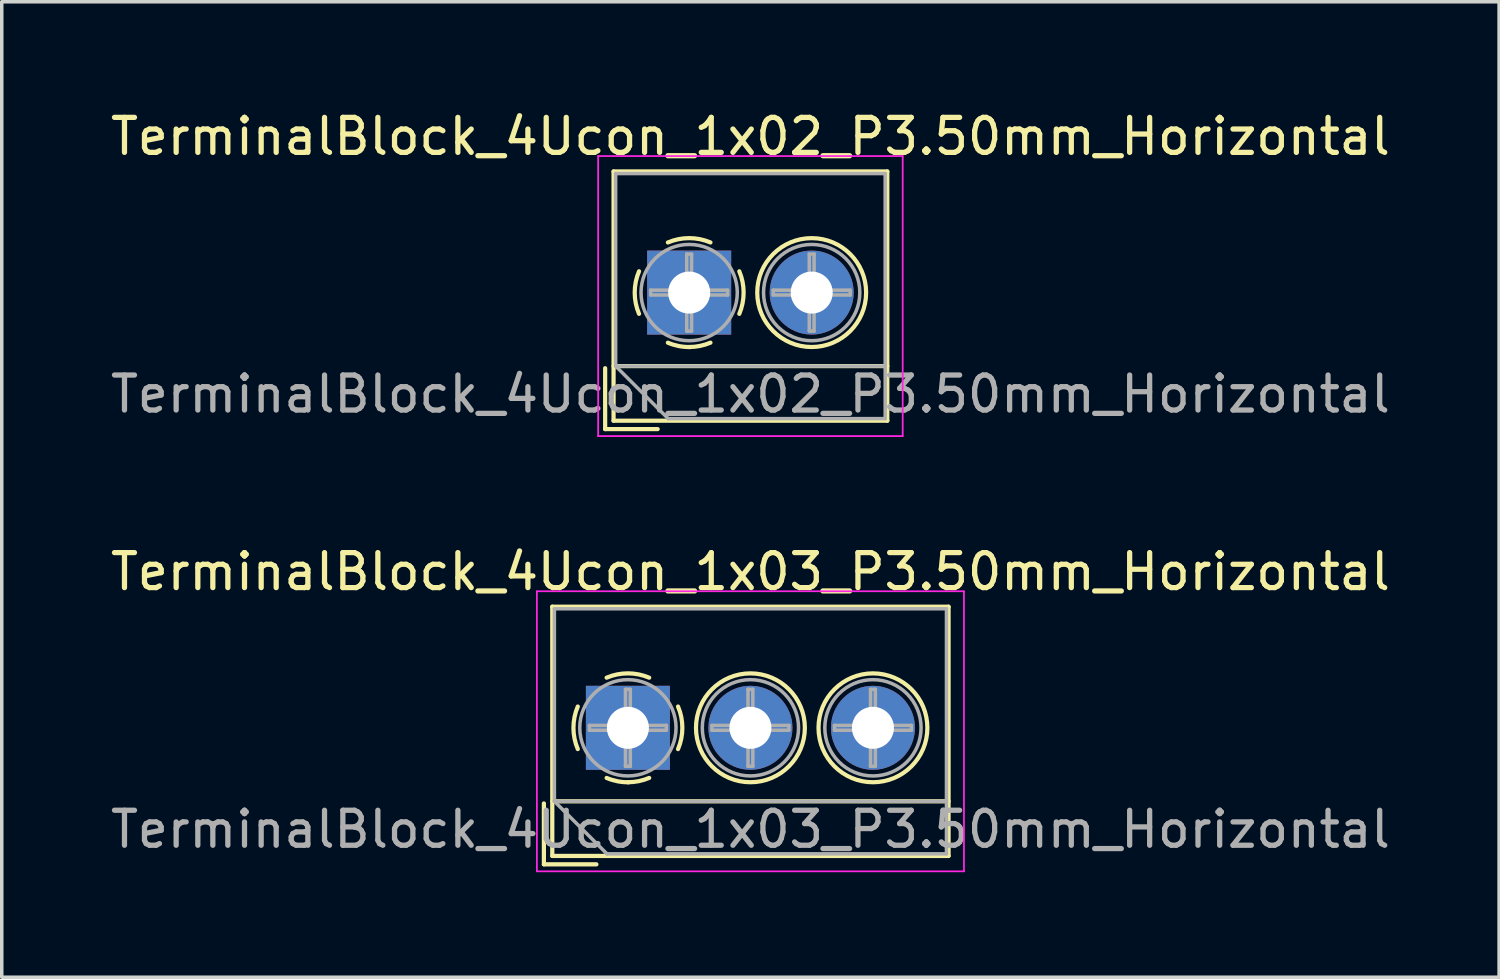
<source format=kicad_pcb>
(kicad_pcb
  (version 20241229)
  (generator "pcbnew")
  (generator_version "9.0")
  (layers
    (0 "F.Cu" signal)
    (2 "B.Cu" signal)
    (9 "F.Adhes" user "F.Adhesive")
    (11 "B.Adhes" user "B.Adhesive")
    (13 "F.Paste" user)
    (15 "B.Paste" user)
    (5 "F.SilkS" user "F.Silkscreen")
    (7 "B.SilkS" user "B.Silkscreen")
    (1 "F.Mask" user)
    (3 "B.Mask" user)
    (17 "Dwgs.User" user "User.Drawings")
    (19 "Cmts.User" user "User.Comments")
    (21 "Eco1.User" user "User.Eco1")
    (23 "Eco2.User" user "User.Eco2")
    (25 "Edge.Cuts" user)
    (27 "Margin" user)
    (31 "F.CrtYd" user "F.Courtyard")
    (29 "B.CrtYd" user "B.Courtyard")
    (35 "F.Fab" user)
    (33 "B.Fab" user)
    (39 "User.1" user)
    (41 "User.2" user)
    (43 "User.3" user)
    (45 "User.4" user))
  (footprint "TerminalBlock_4Ucon_1x03_P3.50mm_Horizontal"
    (layer "F.Cu")
    (at 14.887 17.741)
    (property "Reference" "TerminalBlock_4Ucon_1x03_P3.50mm_Horizontal" (at 3.5 -4.46 0) (layer "F.SilkS") (effects (font (size 1 1) (thickness 0.15))))
    (attr through_hole)
    (fp_line (start -2.4 2.16) (end -2.4 3.9) (stroke (width 0.12) (type solid)) (layer "F.SilkS"))
    (fp_line (start -2.4 3.9) (end -0.9 3.9) (stroke (width 0.12) (type solid)) (layer "F.SilkS"))
    (fp_line (start -2.16 -3.46) (end -2.16 3.66) (stroke (width 0.12) (type solid)) (layer "F.SilkS"))
    (fp_line (start -2.16 -3.46) (end 9.16 -3.46) (stroke (width 0.12) (type solid)) (layer "F.SilkS"))
    (fp_line (start -2.16 2.1) (end 9.16 2.1) (stroke (width 0.12) (type solid)) (layer "F.SilkS"))
    (fp_line (start -2.16 3.66) (end 9.16 3.66) (stroke (width 0.12) (type solid)) (layer "F.SilkS"))
    (fp_line (start 9.16 -3.46) (end 9.16 3.66) (stroke (width 0.12) (type solid)) (layer "F.SilkS"))
    (fp_arc (start -1.432109 0.607742) (mid -1.555727 -0.00014) (end -1.432 -0.608) (stroke (width 0.12) (type solid)) (layer "F.SilkS"))
    (fp_arc (start -0.607742 -1.432109) (mid 0.00014 -1.555727) (end 0.608 -1.432) (stroke (width 0.12) (type solid)) (layer "F.SilkS"))
    (fp_arc (start 0.027011 1.555493) (mid -0.296984 1.527118) (end -0.608 1.432) (stroke (width 0.12) (type solid)) (layer "F.SilkS"))
    (fp_arc (start 0.607587 1.431385) (mid 0.310017 1.523783) (end 0 1.555) (stroke (width 0.12) (type solid)) (layer "F.SilkS"))
    (fp_arc (start 1.432109 -0.607742) (mid 1.555727 0.00014) (end 1.432 0.608) (stroke (width 0.12) (type solid)) (layer "F.SilkS"))
    (fp_circle (center 3.5 0) (end 5.055 0) (stroke (width 0.12) (type solid)) (fill no) (layer "F.SilkS"))
    (fp_circle (center 7 0) (end 8.555 0) (stroke (width 0.12) (type solid)) (fill no) (layer "F.SilkS"))
    (fp_line (start -2.6 -3.9) (end -2.6 4.1) (stroke (width 0.05) (type solid)) (layer "F.CrtYd"))
    (fp_line (start -2.6 4.1) (end 9.6 4.1) (stroke (width 0.05) (type solid)) (layer "F.CrtYd"))
    (fp_line (start 9.6 -3.9) (end -2.6 -3.9) (stroke (width 0.05) (type solid)) (layer "F.CrtYd"))
    (fp_line (start 9.6 4.1) (end 9.6 -3.9) (stroke (width 0.05) (type solid)) (layer "F.CrtYd"))
    (fp_line (start -2.1 -3.4) (end 9.1 -3.4) (stroke (width 0.1) (type solid)) (layer "F.Fab"))
    (fp_line (start -2.1 2.1) (end -2.1 -3.4) (stroke (width 0.1) (type solid)) (layer "F.Fab"))
    (fp_line (start -2.1 2.1) (end 9.1 2.1) (stroke (width 0.1) (type solid)) (layer "F.Fab"))
    (fp_line (start -1.1 -0.069) (end -0.069 -0.069) (stroke (width 0.1) (type solid)) (layer "F.Fab"))
    (fp_line (start -1.1 0.069) (end -1.1 -0.069) (stroke (width 0.1) (type solid)) (layer "F.Fab"))
    (fp_line (start -0.6 3.6) (end -2.1 2.1) (stroke (width 0.1) (type solid)) (layer "F.Fab"))
    (fp_line (start -0.069 -1.1) (end 0.069 -1.1) (stroke (width 0.1) (type solid)) (layer "F.Fab"))
    (fp_line (start -0.069 -0.069) (end -0.069 -1.1) (stroke (width 0.1) (type solid)) (layer "F.Fab"))
    (fp_line (start -0.069 0.069) (end -1.1 0.069) (stroke (width 0.1) (type solid)) (layer "F.Fab"))
    (fp_line (start -0.069 1.1) (end -0.069 0.069) (stroke (width 0.1) (type solid)) (layer "F.Fab"))
    (fp_line (start 0.069 -1.1) (end 0.069 -0.069) (stroke (width 0.1) (type solid)) (layer "F.Fab"))
    (fp_line (start 0.069 -0.069) (end 1.1 -0.069) (stroke (width 0.1) (type solid)) (layer "F.Fab"))
    (fp_line (start 0.069 0.069) (end 0.069 1.1) (stroke (width 0.1) (type solid)) (layer "F.Fab"))
    (fp_line (start 0.069 1.1) (end -0.069 1.1) (stroke (width 0.1) (type solid)) (layer "F.Fab"))
    (fp_line (start 1.1 -0.069) (end 1.1 0.069) (stroke (width 0.1) (type solid)) (layer "F.Fab"))
    (fp_line (start 1.1 0.069) (end 0.069 0.069) (stroke (width 0.1) (type solid)) (layer "F.Fab"))
    (fp_line (start 2.4 -0.069) (end 3.431 -0.069) (stroke (width 0.1) (type solid)) (layer "F.Fab"))
    (fp_line (start 2.4 0.069) (end 2.4 -0.069) (stroke (width 0.1) (type solid)) (layer "F.Fab"))
    (fp_line (start 3.431 -1.1) (end 3.569 -1.1) (stroke (width 0.1) (type solid)) (layer "F.Fab"))
    (fp_line (start 3.431 -0.069) (end 3.431 -1.1) (stroke (width 0.1) (type solid)) (layer "F.Fab"))
    (fp_line (start 3.431 0.069) (end 2.4 0.069) (stroke (width 0.1) (type solid)) (layer "F.Fab"))
    (fp_line (start 3.431 1.1) (end 3.431 0.069) (stroke (width 0.1) (type solid)) (layer "F.Fab"))
    (fp_line (start 3.569 -1.1) (end 3.569 -0.069) (stroke (width 0.1) (type solid)) (layer "F.Fab"))
    (fp_line (start 3.569 -0.069) (end 4.6 -0.069) (stroke (width 0.1) (type solid)) (layer "F.Fab"))
    (fp_line (start 3.569 0.069) (end 3.569 1.1) (stroke (width 0.1) (type solid)) (layer "F.Fab"))
    (fp_line (start 3.569 1.1) (end 3.431 1.1) (stroke (width 0.1) (type solid)) (layer "F.Fab"))
    (fp_line (start 4.6 -0.069) (end 4.6 0.069) (stroke (width 0.1) (type solid)) (layer "F.Fab"))
    (fp_line (start 4.6 0.069) (end 3.569 0.069) (stroke (width 0.1) (type solid)) (layer "F.Fab"))
    (fp_line (start 5.9 -0.069) (end 6.931 -0.069) (stroke (width 0.1) (type solid)) (layer "F.Fab"))
    (fp_line (start 5.9 0.069) (end 5.9 -0.069) (stroke (width 0.1) (type solid)) (layer "F.Fab"))
    (fp_line (start 6.931 -1.1) (end 7.069 -1.1) (stroke (width 0.1) (type solid)) (layer "F.Fab"))
    (fp_line (start 6.931 -0.069) (end 6.931 -1.1) (stroke (width 0.1) (type solid)) (layer "F.Fab"))
    (fp_line (start 6.931 0.069) (end 5.9 0.069) (stroke (width 0.1) (type solid)) (layer "F.Fab"))
    (fp_line (start 6.931 1.1) (end 6.931 0.069) (stroke (width 0.1) (type solid)) (layer "F.Fab"))
    (fp_line (start 7.069 -1.1) (end 7.069 -0.069) (stroke (width 0.1) (type solid)) (layer "F.Fab"))
    (fp_line (start 7.069 -0.069) (end 8.1 -0.069) (stroke (width 0.1) (type solid)) (layer "F.Fab"))
    (fp_line (start 7.069 0.069) (end 7.069 1.1) (stroke (width 0.1) (type solid)) (layer "F.Fab"))
    (fp_line (start 7.069 1.1) (end 6.931 1.1) (stroke (width 0.1) (type solid)) (layer "F.Fab"))
    (fp_line (start 8.1 -0.069) (end 8.1 0.069) (stroke (width 0.1) (type solid)) (layer "F.Fab"))
    (fp_line (start 8.1 0.069) (end 7.069 0.069) (stroke (width 0.1) (type solid)) (layer "F.Fab"))
    (fp_line (start 9.1 -3.4) (end 9.1 3.6) (stroke (width 0.1) (type solid)) (layer "F.Fab"))
    (fp_line (start 9.1 3.6) (end -0.6 3.6) (stroke (width 0.1) (type solid)) (layer "F.Fab"))
    (fp_circle (center 0 0) (end 1.375 0) (stroke (width 0.1) (type solid)) (fill no) (layer "F.Fab"))
    (fp_circle (center 3.5 0) (end 4.875 0) (stroke (width 0.1) (type solid)) (fill no) (layer "F.Fab"))
    (fp_circle (center 7 0) (end 8.375 0) (stroke (width 0.1) (type solid)) (fill no) (layer "F.Fab"))
    (fp_text user "${REFERENCE}" (at 3.5 2.9 0) (layer "F.Fab") (effects (font (size 1 1) (thickness 0.15))))
    (pad "1" thru_hole rect (at 0 0) (size 2.4 2.4) (drill 1.2) (layers "*.Cu" "*.Mask"))
    (pad "2" thru_hole circle (at 3.5 0) (size 2.4 2.4) (drill 1.2) (layers "*.Cu" "*.Mask"))
    (pad "3" thru_hole circle (at 7 0) (size 2.4 2.4) (drill 1.2) (layers "*.Cu" "*.Mask")))
  (footprint "TerminalBlock_4Ucon_1x02_P3.50mm_Horizontal"
    (layer "F.Cu")
    (at 16.637 5.308)
    (property "Reference" "TerminalBlock_4Ucon_1x02_P3.50mm_Horizontal" (at 1.75 -4.46 0) (layer "F.SilkS") (effects (font (size 1 1) (thickness 0.15))))
    (attr through_hole)
    (fp_line (start -2.4 2.16) (end -2.4 3.9) (stroke (width 0.12) (type solid)) (layer "F.SilkS"))
    (fp_line (start -2.4 3.9) (end -0.9 3.9) (stroke (width 0.12) (type solid)) (layer "F.SilkS"))
    (fp_line (start -2.16 -3.46) (end -2.16 3.66) (stroke (width 0.12) (type solid)) (layer "F.SilkS"))
    (fp_line (start -2.16 -3.46) (end 5.66 -3.46) (stroke (width 0.12) (type solid)) (layer "F.SilkS"))
    (fp_line (start -2.16 2.1) (end 5.66 2.1) (stroke (width 0.12) (type solid)) (layer "F.SilkS"))
    (fp_line (start -2.16 3.66) (end 5.66 3.66) (stroke (width 0.12) (type solid)) (layer "F.SilkS"))
    (fp_line (start 5.66 -3.46) (end 5.66 3.66) (stroke (width 0.12) (type solid)) (layer "F.SilkS"))
    (fp_arc (start -1.432109 0.607742) (mid -1.555727 -0.00014) (end -1.432 -0.608) (stroke (width 0.12) (type solid)) (layer "F.SilkS"))
    (fp_arc (start -0.607742 -1.432109) (mid 0.00014 -1.555727) (end 0.608 -1.432) (stroke (width 0.12) (type solid)) (layer "F.SilkS"))
    (fp_arc (start 0.027011 1.555493) (mid -0.296984 1.527118) (end -0.608 1.432) (stroke (width 0.12) (type solid)) (layer "F.SilkS"))
    (fp_arc (start 0.607587 1.431385) (mid 0.310017 1.523783) (end 0 1.555) (stroke (width 0.12) (type solid)) (layer "F.SilkS"))
    (fp_arc (start 1.432109 -0.607742) (mid 1.555727 0.00014) (end 1.432 0.608) (stroke (width 0.12) (type solid)) (layer "F.SilkS"))
    (fp_circle (center 3.5 0) (end 5.055 0) (stroke (width 0.12) (type solid)) (fill no) (layer "F.SilkS"))
    (fp_line (start -2.6 -3.9) (end -2.6 4.1) (stroke (width 0.05) (type solid)) (layer "F.CrtYd"))
    (fp_line (start -2.6 4.1) (end 6.1 4.1) (stroke (width 0.05) (type solid)) (layer "F.CrtYd"))
    (fp_line (start 6.1 -3.9) (end -2.6 -3.9) (stroke (width 0.05) (type solid)) (layer "F.CrtYd"))
    (fp_line (start 6.1 4.1) (end 6.1 -3.9) (stroke (width 0.05) (type solid)) (layer "F.CrtYd"))
    (fp_line (start -2.1 -3.4) (end 5.6 -3.4) (stroke (width 0.1) (type solid)) (layer "F.Fab"))
    (fp_line (start -2.1 2.1) (end -2.1 -3.4) (stroke (width 0.1) (type solid)) (layer "F.Fab"))
    (fp_line (start -2.1 2.1) (end 5.6 2.1) (stroke (width 0.1) (type solid)) (layer "F.Fab"))
    (fp_line (start -1.1 -0.069) (end -0.069 -0.069) (stroke (width 0.1) (type solid)) (layer "F.Fab"))
    (fp_line (start -1.1 0.069) (end -1.1 -0.069) (stroke (width 0.1) (type solid)) (layer "F.Fab"))
    (fp_line (start -0.6 3.6) (end -2.1 2.1) (stroke (width 0.1) (type solid)) (layer "F.Fab"))
    (fp_line (start -0.069 -1.1) (end 0.069 -1.1) (stroke (width 0.1) (type solid)) (layer "F.Fab"))
    (fp_line (start -0.069 -0.069) (end -0.069 -1.1) (stroke (width 0.1) (type solid)) (layer "F.Fab"))
    (fp_line (start -0.069 0.069) (end -1.1 0.069) (stroke (width 0.1) (type solid)) (layer "F.Fab"))
    (fp_line (start -0.069 1.1) (end -0.069 0.069) (stroke (width 0.1) (type solid)) (layer "F.Fab"))
    (fp_line (start 0.069 -1.1) (end 0.069 -0.069) (stroke (width 0.1) (type solid)) (layer "F.Fab"))
    (fp_line (start 0.069 -0.069) (end 1.1 -0.069) (stroke (width 0.1) (type solid)) (layer "F.Fab"))
    (fp_line (start 0.069 0.069) (end 0.069 1.1) (stroke (width 0.1) (type solid)) (layer "F.Fab"))
    (fp_line (start 0.069 1.1) (end -0.069 1.1) (stroke (width 0.1) (type solid)) (layer "F.Fab"))
    (fp_line (start 1.1 -0.069) (end 1.1 0.069) (stroke (width 0.1) (type solid)) (layer "F.Fab"))
    (fp_line (start 1.1 0.069) (end 0.069 0.069) (stroke (width 0.1) (type solid)) (layer "F.Fab"))
    (fp_line (start 2.4 -0.069) (end 3.431 -0.069) (stroke (width 0.1) (type solid)) (layer "F.Fab"))
    (fp_line (start 2.4 0.069) (end 2.4 -0.069) (stroke (width 0.1) (type solid)) (layer "F.Fab"))
    (fp_line (start 3.431 -1.1) (end 3.569 -1.1) (stroke (width 0.1) (type solid)) (layer "F.Fab"))
    (fp_line (start 3.431 -0.069) (end 3.431 -1.1) (stroke (width 0.1) (type solid)) (layer "F.Fab"))
    (fp_line (start 3.431 0.069) (end 2.4 0.069) (stroke (width 0.1) (type solid)) (layer "F.Fab"))
    (fp_line (start 3.431 1.1) (end 3.431 0.069) (stroke (width 0.1) (type solid)) (layer "F.Fab"))
    (fp_line (start 3.569 -1.1) (end 3.569 -0.069) (stroke (width 0.1) (type solid)) (layer "F.Fab"))
    (fp_line (start 3.569 -0.069) (end 4.6 -0.069) (stroke (width 0.1) (type solid)) (layer "F.Fab"))
    (fp_line (start 3.569 0.069) (end 3.569 1.1) (stroke (width 0.1) (type solid)) (layer "F.Fab"))
    (fp_line (start 3.569 1.1) (end 3.431 1.1) (stroke (width 0.1) (type solid)) (layer "F.Fab"))
    (fp_line (start 4.6 -0.069) (end 4.6 0.069) (stroke (width 0.1) (type solid)) (layer "F.Fab"))
    (fp_line (start 4.6 0.069) (end 3.569 0.069) (stroke (width 0.1) (type solid)) (layer "F.Fab"))
    (fp_line (start 5.6 -3.4) (end 5.6 3.6) (stroke (width 0.1) (type solid)) (layer "F.Fab"))
    (fp_line (start 5.6 3.6) (end -0.6 3.6) (stroke (width 0.1) (type solid)) (layer "F.Fab"))
    (fp_circle (center 0 0) (end 1.375 0) (stroke (width 0.1) (type solid)) (fill no) (layer "F.Fab"))
    (fp_circle (center 3.5 0) (end 4.875 0) (stroke (width 0.1) (type solid)) (fill no) (layer "F.Fab"))
    (fp_text user "${REFERENCE}" (at 1.75 2.9 0) (layer "F.Fab") (effects (font (size 1 1) (thickness 0.15))))
    (pad "1" thru_hole rect (at 0 0) (size 2.4 2.4) (drill 1.2) (layers "*.Cu" "*.Mask"))
    (pad "2" thru_hole circle (at 3.5 0) (size 2.4 2.4) (drill 1.2) (layers "*.Cu" "*.Mask")))
  (gr_rect
    (start -3 -3)
    (end 39.774 24.866)
    (stroke (width 0.1) (type default))
    (fill no)
    (layer "Edge.Cuts")))
</source>
